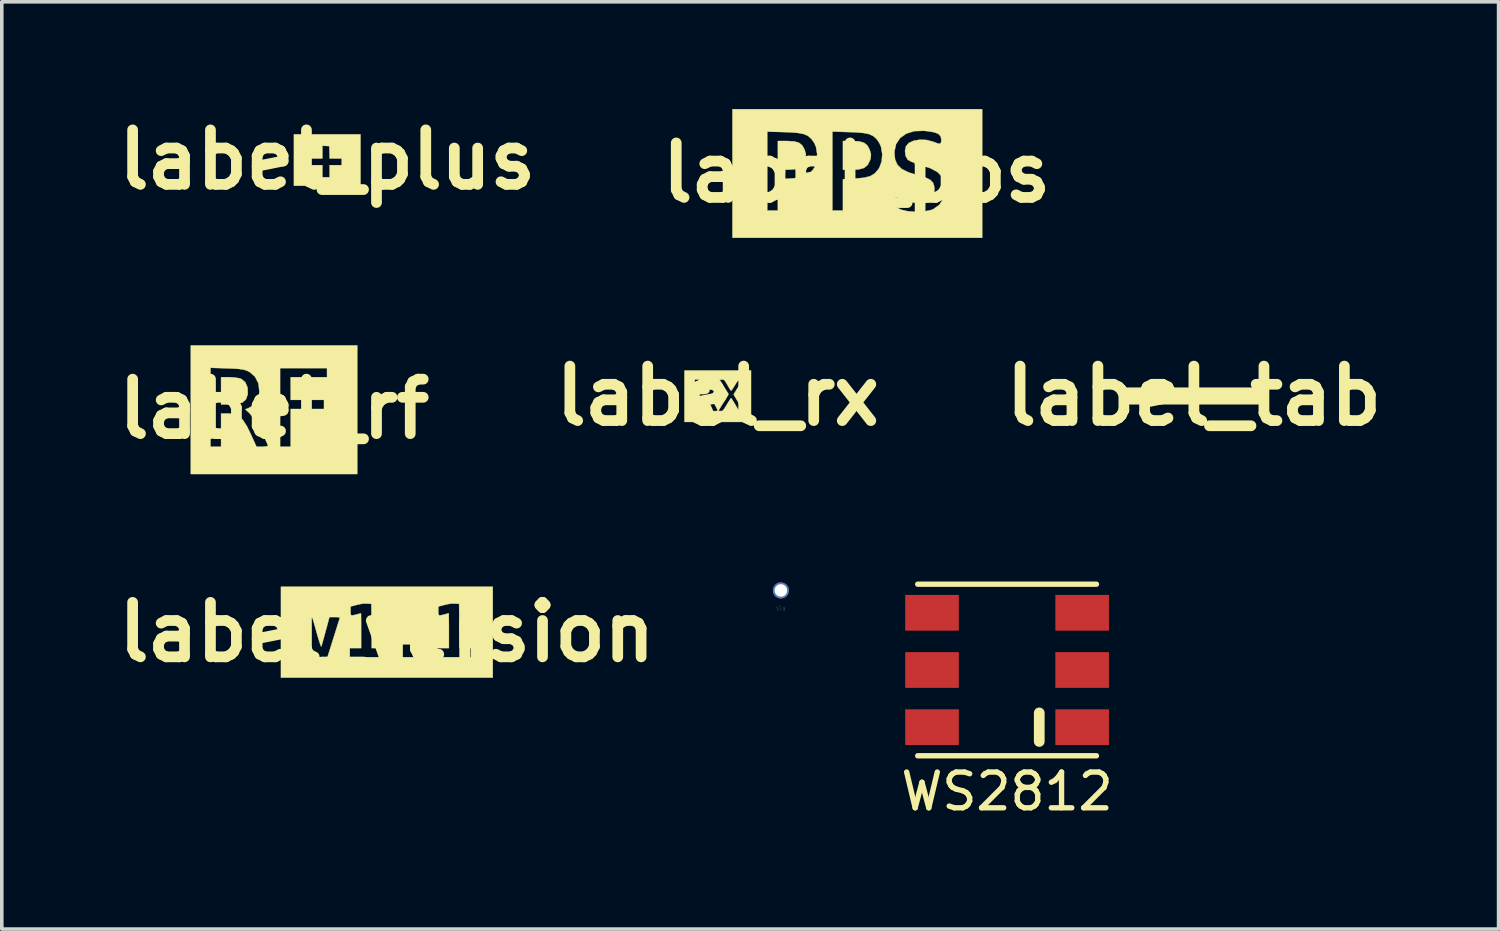
<source format=kicad_pcb>
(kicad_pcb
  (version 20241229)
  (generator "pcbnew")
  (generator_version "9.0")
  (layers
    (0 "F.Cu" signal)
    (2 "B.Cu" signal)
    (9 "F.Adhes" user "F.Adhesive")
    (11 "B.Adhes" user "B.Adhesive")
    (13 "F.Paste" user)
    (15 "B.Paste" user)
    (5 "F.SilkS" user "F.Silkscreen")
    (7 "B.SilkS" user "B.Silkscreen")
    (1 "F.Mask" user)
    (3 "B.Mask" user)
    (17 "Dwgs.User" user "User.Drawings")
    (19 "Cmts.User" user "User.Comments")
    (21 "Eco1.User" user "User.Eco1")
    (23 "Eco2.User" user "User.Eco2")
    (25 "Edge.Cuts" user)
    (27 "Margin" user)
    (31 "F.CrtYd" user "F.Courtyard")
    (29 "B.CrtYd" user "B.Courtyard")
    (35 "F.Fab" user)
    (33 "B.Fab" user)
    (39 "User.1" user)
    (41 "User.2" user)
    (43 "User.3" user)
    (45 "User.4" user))
  (footprint "WS2812"
    (layer "F.Cu")
    (at 25.122 15.692)
    (property "Reference" "WS2812" (at 0 3.4 0) (layer "F.SilkS") (effects (font (size 1 1) (thickness 0.15))))
    (attr through_hole)
    (fp_line (start -2.5 -2.4) (end 2.5 -2.4) (stroke (width 0.15) (type solid)) (layer "F.SilkS"))
    (fp_line (start -2.5 2.4) (end 2.5 2.4) (stroke (width 0.15) (type solid)) (layer "F.SilkS"))
    (fp_line (start 0.9 1.2) (end 0.9 2) (stroke (width 0.3) (type solid)) (layer "F.SilkS"))
    (pad "1" smd rect (at 2.1 1.6) (size 1.5 1) (layers "F.Cu" "F.Mask" "F.Paste"))
    (pad "2" smd rect (at 2.1 0) (size 1.5 1) (layers "F.Cu" "F.Mask" "F.Paste"))
    (pad "3" smd rect (at 2.1 -1.6) (size 1.5 1) (layers "F.Cu" "F.Mask" "F.Paste"))
    (pad "4" smd rect (at -2.1 -1.6) (size 1.5 1) (layers "F.Cu" "F.Mask" "F.Paste"))
    (pad "5" smd rect (at -2.1 0) (size 1.5 1) (layers "F.Cu" "F.Mask" "F.Paste"))
    (pad "6" smd rect (at -2.1 1.6) (size 1.5 1) (layers "F.Cu" "F.Mask" "F.Paste")))
  (footprint "Via"
    (layer "F.Cu")
    (at 18.795 13.467)
    (property "Reference" "Via" (at 0 0.5 0) (layer "F.SilkS") (effects (font (size 0.127 0.127) (thickness 0.003))))
    (attr through_hole)
    (pad "1" thru_hole circle (at 0 0) (size 0.45 0.45) (drill 0.35) (layers "*.Cu")))
  (footprint "label_plus"
    (layer "F.Cu")
    (at 6.103 1.418)
    (property "Reference" "label_plus" (at 0 0 0) (layer "F.SilkS") (effects (font (size 1.524 1.524) (thickness 0.3))))
    (attr through_hole)
    (fp_poly (pts (xy 0.931 0.728) (xy -0.931 0.728) (xy -0.931 -0.034) (xy -0.474 -0.034) (xy -0.474 0.152) (xy -0.135 0.152) (xy -0.135 0.491) (xy 0.068 0.491) (xy 0.068 0.152) (xy 0.406 0.152) (xy 0.406 -0.034) (xy 0.069 -0.034) (xy 0.064 -0.207) (xy 0.059 -0.381) (xy -0.038 -0.386) (xy -0.135 -0.391) (xy -0.135 -0.034) (xy -0.474 -0.034) (xy -0.931 -0.034) (xy -0.931 -0.711) (xy 0.931 -0.711) (xy 0.931 0.728)) (stroke (width 0.01) (type solid)) (fill yes) (layer "F.SilkS")))
  (footprint "label_rf"
    (layer "F.Cu")
    (at 4.616 8.391)
    (property "Reference" "label_rf" (at 0 0 0) (layer "F.SilkS") (effects (font (size 1.524 1.524) (thickness 0.3))))
    (attr through_hole)
    (fp_poly (pts (xy -1.099 -0.88) (xy -0.966 -0.858) (xy -0.915 -0.841) (xy -0.805 -0.748) (xy -0.741 -0.602) (xy -0.734 -0.429) (xy -0.738 -0.404) (xy -0.786 -0.269) (xy -0.881 -0.183) (xy -1.032 -0.138) (xy -1.216 -0.127) (xy -1.482 -0.127) (xy -1.482 -0.889) (xy -1.251 -0.889) (xy -1.099 -0.88)) (stroke (width 0.01) (type solid)) (fill yes) (layer "F.SilkS"))
    (fp_poly (pts (xy 2.328 1.82) (xy -2.328 1.82) (xy -2.328 1.058) (xy -1.778 1.058) (xy -1.482 1.058) (xy -1.482 0.127) (xy -1.273 0.127) (xy -1.115 0.144) (xy -0.985 0.201) (xy -0.87 0.31) (xy -0.759 0.481) (xy -0.653 0.698) (xy -0.49 1.058) (xy -0.33 1.058) (xy -0.227 1.053) (xy -0.172 1.04) (xy -0.169 1.036) (xy -0.19 0.97) (xy -0.245 0.851) (xy -0.324 0.699) (xy -0.416 0.534) (xy -0.511 0.373) (xy -0.596 0.237) (xy -0.662 0.144) (xy -0.681 0.123) (xy -0.803 0.01) (xy -0.679 -0.042) (xy -0.529 -0.147) (xy -0.438 -0.31) (xy -0.41 -0.48) (xy -0.436 -0.713) (xy -0.531 -0.901) (xy -0.672 -1.026) (xy -0.754 -1.07) (xy -0.847 -1.099) (xy -0.971 -1.119) (xy -1.146 -1.131) (xy -1.302 -1.137) (xy -1.495 -1.143) (xy 0.169 -1.143) (xy 0.169 1.058) (xy 0.466 1.058) (xy 0.466 0) (xy 1.397 0) (xy 1.397 -0.254) (xy 0.466 -0.254) (xy 0.466 -0.889) (xy 1.482 -0.889) (xy 1.482 -1.143) (xy 0.169 -1.143) (xy -1.495 -1.143) (xy -1.778 -1.152) (xy -1.778 1.058) (xy -2.328 1.058) (xy -2.328 -1.778) (xy 2.328 -1.778) (xy 2.328 1.82)) (stroke (width 0.01) (type solid)) (fill yes) (layer "F.SilkS")))
  (footprint "label_version"
    (layer "F.Cu")
    (at 7.772 14.635)
    (property "Reference" "label_version" (at 0 0 0) (layer "F.SilkS") (effects (font (size 1.524 1.524) (thickness 0.3))))
    (attr through_hole)
    (fp_poly (pts (xy 2.963 1.27) (xy -2.963 1.27) (xy -2.963 -0.408) (xy -2.371 -0.408) (xy -2.365 -0.384) (xy -2.347 -0.325) (xy -2.32 -0.237) (xy -2.285 -0.125) (xy -2.244 0.006) (xy -2.199 0.15) (xy -2.198 0.153) (xy -2.025 0.699) (xy -1.843 0.698) (xy -1.662 0.698) (xy -1.582 0.445) (xy -1.037 0.445) (xy -1.037 0.699) (xy -0.106 0.699) (xy -0.106 0.445) (xy -0.423 0.445) (xy -0.424 0.339) (xy 0.445 0.339) (xy 0.445 0.699) (xy 0.783 0.699) (xy 0.783 0.445) (xy 1.418 0.445) (xy 1.418 0.699) (xy 2.349 0.699) (xy 2.349 0.445) (xy 2.033 0.445) (xy 2.021 -0.794) (xy 1.905 -0.8) (xy 1.844 -0.802) (xy 1.785 -0.798) (xy 1.716 -0.787) (xy 1.627 -0.767) (xy 1.519 -0.739) (xy 1.439 -0.718) (xy 1.439 -0.592) (xy 1.44 -0.524) (xy 1.449 -0.484) (xy 1.473 -0.47) (xy 1.522 -0.475) (xy 1.602 -0.496) (xy 1.609 -0.497) (xy 1.673 -0.514) (xy 1.717 -0.526) (xy 1.73 -0.529) (xy 1.732 -0.509) (xy 1.733 -0.452) (xy 1.734 -0.365) (xy 1.735 -0.254) (xy 1.736 -0.123) (xy 1.736 -0.042) (xy 1.736 0.445) (xy 1.418 0.445) (xy 0.783 0.445) (xy 0.783 0.339) (xy 0.445 0.339) (xy -0.424 0.339) (xy -0.428 -0.175) (xy -0.434 -0.794) (xy -0.55 -0.8) (xy -0.611 -0.802) (xy -0.671 -0.798) (xy -0.74 -0.787) (xy -0.829 -0.767) (xy -0.937 -0.739) (xy -1.016 -0.718) (xy -1.016 -0.592) (xy -1.015 -0.524) (xy -1.006 -0.484) (xy -0.982 -0.47) (xy -0.934 -0.475) (xy -0.853 -0.496) (xy -0.847 -0.497) (xy -0.783 -0.514) (xy -0.738 -0.526) (xy -0.725 -0.529) (xy -0.723 -0.509) (xy -0.722 -0.452) (xy -0.721 -0.365) (xy -0.72 -0.254) (xy -0.72 -0.123) (xy -0.72 -0.042) (xy -0.72 0.445) (xy -1.037 0.445) (xy -1.582 0.445) (xy -1.494 0.164) (xy -1.448 0.02) (xy -1.407 -0.111) (xy -1.372 -0.224) (xy -1.343 -0.313) (xy -1.325 -0.373) (xy -1.317 -0.397) (xy -1.324 -0.412) (xy -1.361 -0.42) (xy -1.434 -0.423) (xy -1.457 -0.423) (xy -1.607 -0.423) (xy -1.631 -0.333) (xy -1.66 -0.223) (xy -1.693 -0.102) (xy -1.726 0.02) (xy -1.758 0.137) (xy -1.787 0.241) (xy -1.811 0.326) (xy -1.827 0.382) (xy -1.834 0.402) (xy -1.843 0.393) (xy -1.861 0.348) (xy -1.886 0.273) (xy -1.917 0.174) (xy -1.951 0.056) (xy -1.959 0.027) (xy -1.994 -0.099) (xy -2.026 -0.211) (xy -2.053 -0.303) (xy -2.073 -0.368) (xy -2.084 -0.4) (xy -2.085 -0.402) (xy -2.11 -0.412) (xy -2.161 -0.419) (xy -2.226 -0.423) (xy -2.291 -0.423) (xy -2.344 -0.418) (xy -2.37 -0.41) (xy -2.371 -0.408) (xy -2.963 -0.408) (xy -2.963 -1.27) (xy 2.963 -1.27) (xy 2.963 1.27)) (stroke (width 0.01) (type solid)) (fill yes) (layer "F.SilkS")))
  (footprint "label_rx"
    (layer "F.Cu")
    (at 17.028 8.026)
    (property "Reference" "label_rx" (at 0 0 0) (layer "F.SilkS") (effects (font (size 1.524 1.524) (thickness 0.3))))
    (attr through_hole)
    (fp_poly (pts (xy -0.372 -0.352) (xy -0.319 -0.343) (xy -0.298 -0.336) (xy -0.254 -0.299) (xy -0.229 -0.241) (xy -0.226 -0.172) (xy -0.227 -0.162) (xy -0.247 -0.108) (xy -0.284 -0.073) (xy -0.345 -0.055) (xy -0.419 -0.051) (xy -0.525 -0.051) (xy -0.525 -0.356) (xy -0.433 -0.356) (xy -0.372 -0.352)) (stroke (width 0.01) (type solid)) (fill yes) (layer "F.SilkS"))
    (fp_poly (pts (xy 0.931 0.728) (xy -0.931 0.728) (xy -0.931 0.423) (xy -0.643 0.423) (xy -0.525 0.423) (xy -0.525 0.051) (xy -0.442 0.051) (xy -0.378 0.058) (xy -0.326 0.08) (xy -0.28 0.124) (xy -0.236 0.193) (xy -0.193 0.279) (xy -0.128 0.423) (xy -0.064 0.423) (xy -0.023 0.421) (xy -0.001 0.416) (xy 0 0.415) (xy -0.003 0.404) (xy 0.03 0.404) (xy 0.032 0.418) (xy 0.045 0.423) (xy 0.068 0.423) (xy 0.08 0.423) (xy 0.107 0.422) (xy 0.129 0.416) (xy 0.15 0.4) (xy 0.174 0.369) (xy 0.207 0.319) (xy 0.252 0.245) (xy 0.294 0.176) (xy 0.331 0.119) (xy 0.357 0.078) (xy 0.371 0.061) (xy 0.371 0.06) (xy 0.383 0.072) (xy 0.408 0.107) (xy 0.442 0.161) (xy 0.482 0.229) (xy 0.485 0.234) (xy 0.529 0.31) (xy 0.56 0.361) (xy 0.584 0.393) (xy 0.606 0.41) (xy 0.628 0.417) (xy 0.65 0.42) (xy 0.69 0.421) (xy 0.71 0.415) (xy 0.711 0.413) (xy 0.703 0.395) (xy 0.68 0.354) (xy 0.645 0.294) (xy 0.602 0.222) (xy 0.581 0.188) (xy 0.535 0.112) (xy 0.496 0.047) (xy 0.466 -0.003) (xy 0.449 -0.031) (xy 0.446 -0.036) (xy 0.453 -0.053) (xy 0.475 -0.093) (xy 0.51 -0.151) (xy 0.553 -0.22) (xy 0.568 -0.243) (xy 0.614 -0.316) (xy 0.652 -0.377) (xy 0.68 -0.423) (xy 0.693 -0.447) (xy 0.694 -0.45) (xy 0.679 -0.455) (xy 0.643 -0.455) (xy 0.632 -0.454) (xy 0.603 -0.45) (xy 0.579 -0.44) (xy 0.557 -0.418) (xy 0.529 -0.38) (xy 0.491 -0.319) (xy 0.476 -0.293) (xy 0.437 -0.231) (xy 0.404 -0.181) (xy 0.38 -0.151) (xy 0.371 -0.145) (xy 0.359 -0.161) (xy 0.334 -0.201) (xy 0.3 -0.257) (xy 0.272 -0.304) (xy 0.232 -0.373) (xy 0.204 -0.417) (xy 0.182 -0.442) (xy 0.161 -0.454) (xy 0.135 -0.457) (xy 0.118 -0.457) (xy 0.051 -0.457) (xy 0.163 -0.275) (xy 0.207 -0.204) (xy 0.246 -0.143) (xy 0.275 -0.097) (xy 0.291 -0.074) (xy 0.291 -0.073) (xy 0.298 -0.062) (xy 0.298 -0.047) (xy 0.29 -0.023) (xy 0.27 0.012) (xy 0.238 0.065) (xy 0.191 0.14) (xy 0.161 0.186) (xy 0.104 0.274) (xy 0.065 0.336) (xy 0.04 0.379) (xy 0.03 0.404) (xy -0.003 0.404) (xy -0.008 0.388) (xy -0.03 0.341) (xy -0.062 0.28) (xy -0.099 0.213) (xy -0.137 0.149) (xy -0.171 0.095) (xy -0.197 0.058) (xy -0.205 0.049) (xy -0.253 0.004) (xy -0.204 -0.017) (xy -0.144 -0.059) (xy -0.108 -0.124) (xy -0.096 -0.192) (xy -0.107 -0.285) (xy -0.144 -0.36) (xy -0.201 -0.41) (xy -0.234 -0.428) (xy -0.271 -0.44) (xy -0.321 -0.447) (xy -0.391 -0.452) (xy -0.453 -0.455) (xy -0.643 -0.461) (xy -0.643 0.423) (xy -0.931 0.423) (xy -0.931 -0.711) (xy 0.931 -0.711) (xy 0.931 0.728)) (stroke (width 0.01) (type solid)) (fill yes) (layer "F.SilkS")))
  (footprint "label_tab"
    (layer "F.Cu")
    (at 30.348 8.026)
    (property "Reference" "label_tab" (at 0 0 0) (layer "F.SilkS") (effects (font (size 1.524 1.524) (thickness 0.3))))
    (attr through_hole)
    (fp_poly (pts (xy 2.078 0.231) (xy -2.078 0.231) (xy -2.078 -0.231) (xy 2.078 -0.231) (xy 2.078 0.231)) (stroke (width 0.01) (type solid)) (fill yes) (layer "F.SilkS")))
  (footprint "label_pps"
    (layer "F.Cu")
    (at 20.911 1.783)
    (property "Reference" "label_pps" (at 0 0 0) (layer "F.SilkS") (effects (font (size 1.524 1.524) (thickness 0.3))))
    (attr through_hole)
    (fp_poly (pts (xy -1.746 -0.878) (xy -1.611 -0.84) (xy -1.519 -0.765) (xy -1.455 -0.649) (xy -1.416 -0.518) (xy -1.429 -0.396) (xy -1.44 -0.356) (xy -1.507 -0.221) (xy -1.609 -0.136) (xy -1.762 -0.094) (xy -1.936 -0.085) (xy -2.201 -0.085) (xy -2.201 -0.889) (xy -1.945 -0.889) (xy -1.746 -0.878)) (stroke (width 0.01) (type solid)) (fill yes) (layer "F.SilkS"))
    (fp_poly (pts (xy 0.074 -0.878) (xy 0.21 -0.84) (xy 0.301 -0.765) (xy 0.366 -0.649) (xy 0.404 -0.518) (xy 0.392 -0.396) (xy 0.38 -0.356) (xy 0.313 -0.221) (xy 0.212 -0.136) (xy 0.059 -0.094) (xy -0.115 -0.085) (xy -0.381 -0.085) (xy -0.381 -0.889) (xy -0.124 -0.889) (xy 0.074 -0.878)) (stroke (width 0.01) (type solid)) (fill yes) (layer "F.SilkS"))
    (fp_poly (pts (xy 3.514 1.82) (xy -3.471 1.82) (xy -3.471 1.058) (xy -2.498 1.058) (xy -2.201 1.058) (xy -0.677 1.058) (xy -0.381 1.058) (xy -0.381 0.18) (xy -0.026 0.161) (xy 0.209 0.139) (xy 0.38 0.096) (xy 0.505 0.022) (xy 0.605 -0.091) (xy 0.637 -0.14) (xy 0.703 -0.316) (xy 0.719 -0.524) (xy 0.712 -0.563) (xy 1.058 -0.563) (xy 1.078 -0.371) (xy 1.144 -0.221) (xy 1.266 -0.104) (xy 1.454 -0.011) (xy 1.706 0.066) (xy 1.918 0.128) (xy 2.058 0.195) (xy 2.139 0.278) (xy 2.174 0.388) (xy 2.178 0.466) (xy 2.164 0.601) (xy 2.11 0.697) (xy 2.06 0.745) (xy 1.913 0.821) (xy 1.721 0.847) (xy 1.507 0.824) (xy 1.318 0.761) (xy 1.202 0.712) (xy 1.117 0.682) (xy 1.096 0.677) (xy 1.067 0.712) (xy 1.059 0.793) (xy 1.072 0.887) (xy 1.103 0.957) (xy 1.111 0.965) (xy 1.243 1.032) (xy 1.431 1.076) (xy 1.647 1.094) (xy 1.867 1.085) (xy 2.062 1.049) (xy 2.146 1.018) (xy 2.315 0.898) (xy 2.429 0.725) (xy 2.481 0.516) (xy 2.464 0.287) (xy 2.457 0.259) (xy 2.386 0.103) (xy 2.26 -0.023) (xy 2.068 -0.126) (xy 1.825 -0.208) (xy 1.662 -0.259) (xy 1.524 -0.314) (xy 1.438 -0.361) (xy 1.433 -0.365) (xy 1.372 -0.471) (xy 1.355 -0.614) (xy 1.381 -0.739) (xy 1.459 -0.832) (xy 1.595 -0.895) (xy 1.768 -0.925) (xy 1.956 -0.918) (xy 2.138 -0.87) (xy 2.144 -0.868) (xy 2.271 -0.82) (xy 2.339 -0.813) (xy 2.366 -0.854) (xy 2.371 -0.932) (xy 2.352 -1.023) (xy 2.288 -1.089) (xy 2.167 -1.134) (xy 1.978 -1.164) (xy 1.881 -1.174) (xy 1.616 -1.165) (xy 1.392 -1.096) (xy 1.219 -0.973) (xy 1.105 -0.802) (xy 1.059 -0.591) (xy 1.058 -0.563) (xy 0.712 -0.563) (xy 0.685 -0.725) (xy 0.637 -0.834) (xy 0.558 -0.947) (xy 0.469 -1.026) (xy 0.355 -1.08) (xy 0.199 -1.112) (xy -0.016 -1.131) (xy -0.178 -1.137) (xy -0.677 -1.152) (xy -0.677 1.058) (xy -2.201 1.058) (xy -2.201 0.18) (xy -1.846 0.161) (xy -1.611 0.139) (xy -1.441 0.096) (xy -1.315 0.022) (xy -1.215 -0.091) (xy -1.183 -0.14) (xy -1.118 -0.316) (xy -1.102 -0.524) (xy -1.135 -0.725) (xy -1.183 -0.834) (xy -1.263 -0.947) (xy -1.351 -1.026) (xy -1.465 -1.08) (xy -1.622 -1.112) (xy -1.836 -1.131) (xy -1.998 -1.137) (xy -2.498 -1.152) (xy -2.498 1.058) (xy -3.471 1.058) (xy -3.471 -1.778) (xy 3.514 -1.778) (xy 3.514 1.82)) (stroke (width 0.01) (type solid)) (fill yes) (layer "F.SilkS")))
  (gr_rect
    (start -3 -3)
    (end 38.871 22.94)
    (stroke (width 0.1) (type default))
    (fill no)
    (layer "Edge.Cuts")))
</source>
